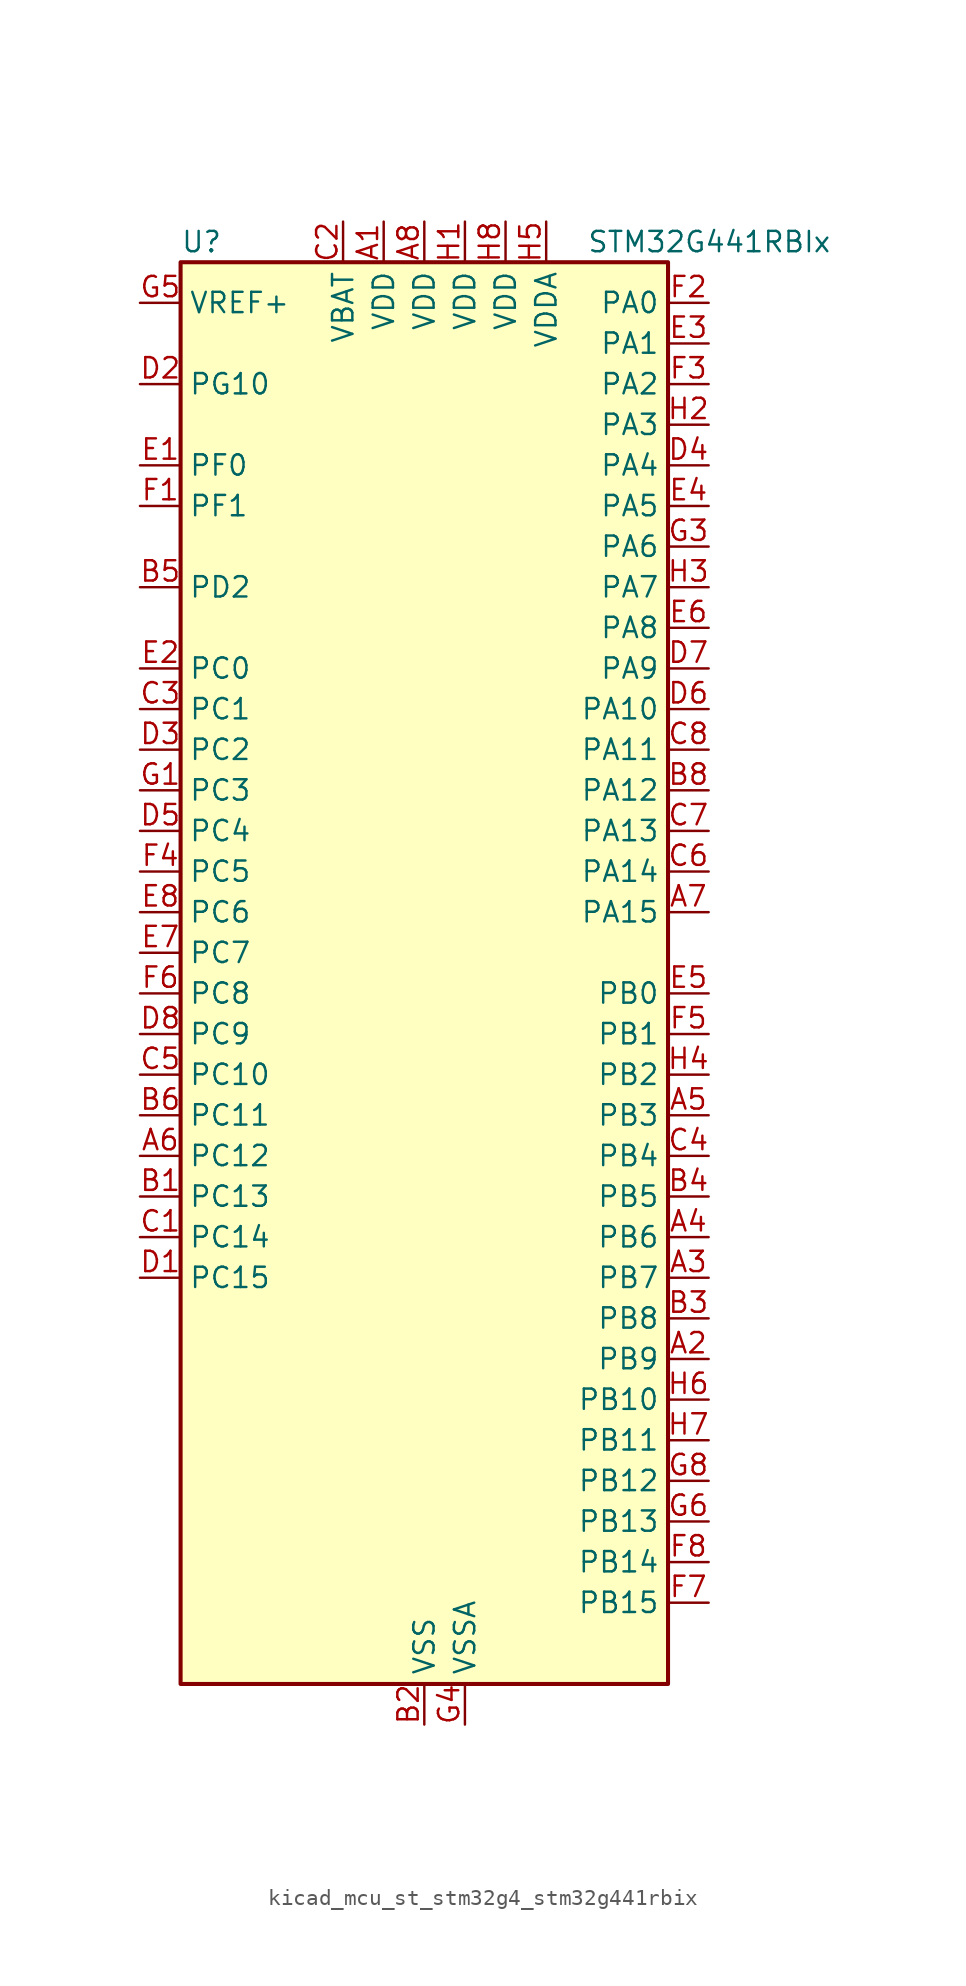
<source format=kicad_sym>
(kicad_symbol_lib
  (version 20220914)
  (generator kicad_symbol_editor)
  (symbol "kicad_mcu_st_stm32g4_stm32g441rbix"
    (property "Reference" "U"
      (at -15.24 46.99 0)
      (effects (font (size 1.27 1.27)) (justify left)))
    (property "Value" "STM32G441RBIx"
      (at 10.16 46.99 0)
      (effects (font (size 1.27 1.27)) (justify left)))
    (property "ki_locked" ""
      (at 0 0 0)
      (effects (font (size 1.27 1.27))))
    (symbol "kicad_mcu_st_stm32g4_stm32g441rbix_0_1"
      (rectangle (start -15.24 -43.18) (end 15.24 45.72) (stroke (width 0.254) (type default)) (fill (type background))))
    (symbol "kicad_mcu_st_stm32g4_stm32g441rbix_1_1"
      (pin power_in line (at -2.54 48.26 270) (length 2.54) (name "VDD" (effects (font (size 1.27 1.27)))) (number "A1" (effects (font (size 1.27 1.27)))))
      (pin bidirectional line (at 17.78 -22.86 180) (length 2.54) (name "PB9" (effects (font (size 1.27 1.27)))) (number "A2" (effects (font (size 1.27 1.27)))) (alternate "COMP2_OUT" bidirectional line) (alternate "DAC1_EXTI9" bidirectional line) (alternate "DAC3_EXTI9" bidirectional line) (alternate "FDCAN1_TX" bidirectional line) (alternate "I2C1_SDA" bidirectional line) (alternate "IR_OUT" bidirectional line) (alternate "SAI1_D2" bidirectional line) (alternate "SAI1_FS_A" bidirectional line) (alternate "TIM17_CH1" bidirectional line) (alternate "TIM1_CH3N" bidirectional line) (alternate "TIM4_CH4" bidirectional line) (alternate "TIM8_CH3" bidirectional line) (alternate "USART3_TX" bidirectional line))
      (pin bidirectional line (at 17.78 -17.78 180) (length 2.54) (name "PB7" (effects (font (size 1.27 1.27)))) (number "A3" (effects (font (size 1.27 1.27)))) (alternate "COMP3_OUT" bidirectional line) (alternate "I2C1_SDA" bidirectional line) (alternate "LPTIM1_IN2" bidirectional line) (alternate "SYS_PVD_IN" bidirectional line) (alternate "TIM17_CH1N" bidirectional line) (alternate "TIM3_CH4" bidirectional line) (alternate "TIM4_CH2" bidirectional line) (alternate "TIM8_BKIN" bidirectional line) (alternate "UART4_CTS" bidirectional line) (alternate "USART1_RX" bidirectional line))
      (pin bidirectional line (at 17.78 -15.24 180) (length 2.54) (name "PB6" (effects (font (size 1.27 1.27)))) (number "A4" (effects (font (size 1.27 1.27)))) (alternate "COMP4_OUT" bidirectional line) (alternate "LPTIM1_ETR" bidirectional line) (alternate "SAI1_FS_B" bidirectional line) (alternate "TIM16_CH1N" bidirectional line) (alternate "TIM4_CH1" bidirectional line) (alternate "TIM8_BKIN2" bidirectional line) (alternate "TIM8_CH1" bidirectional line) (alternate "TIM8_ETR" bidirectional line) (alternate "UCPD1_CC1" bidirectional line) (alternate "USART1_TX" bidirectional line))
      (pin bidirectional line (at 17.78 -7.62 180) (length 2.54) (name "PB3" (effects (font (size 1.27 1.27)))) (number "A5" (effects (font (size 1.27 1.27)))) (alternate "CRS_SYNC" bidirectional line) (alternate "I2S3_CK" bidirectional line) (alternate "SAI1_SCK_B" bidirectional line) (alternate "SPI1_SCK" bidirectional line) (alternate "SPI3_SCK" bidirectional line) (alternate "SYS_JTDO-SWO" bidirectional line) (alternate "TIM2_CH2" bidirectional line) (alternate "TIM3_ETR" bidirectional line) (alternate "TIM4_ETR" bidirectional line) (alternate "TIM8_CH1N" bidirectional line) (alternate "USART2_TX" bidirectional line))
      (pin bidirectional line (at -17.78 -10.16 0) (length 2.54) (name "PC12" (effects (font (size 1.27 1.27)))) (number "A6" (effects (font (size 1.27 1.27)))) (alternate "I2S3_SD" bidirectional line) (alternate "SPI3_MOSI" bidirectional line) (alternate "TIM8_CH3N" bidirectional line) (alternate "UCPD1_FRSTX1" bidirectional line) (alternate "UCPD1_FRSTX2" bidirectional line) (alternate "USART3_CK" bidirectional line))
      (pin bidirectional line (at 17.78 5.08 180) (length 2.54) (name "PA15" (effects (font (size 1.27 1.27)))) (number "A7" (effects (font (size 1.27 1.27)))) (alternate "ADC1_EXTI15" bidirectional line) (alternate "ADC2_EXTI15" bidirectional line) (alternate "I2C1_SCL" bidirectional line) (alternate "I2S3_WS" bidirectional line) (alternate "SPI1_NSS" bidirectional line) (alternate "SPI3_NSS" bidirectional line) (alternate "SYS_JTDI" bidirectional line) (alternate "TIM1_BKIN" bidirectional line) (alternate "TIM2_CH1" bidirectional line) (alternate "TIM2_ETR" bidirectional line) (alternate "TIM8_CH1" bidirectional line) (alternate "UART4_DE" bidirectional line) (alternate "UART4_RTS" bidirectional line) (alternate "USART2_RX" bidirectional line))
      (pin power_in line (at 0 48.26 270) (length 2.54) (name "VDD" (effects (font (size 1.27 1.27)))) (number "A8" (effects (font (size 1.27 1.27)))))
      (pin bidirectional line (at -17.78 -12.7 0) (length 2.54) (name "PC13" (effects (font (size 1.27 1.27)))) (number "B1" (effects (font (size 1.27 1.27)))) (alternate "RTC_OUT1" bidirectional line) (alternate "RTC_TAMP1" bidirectional line) (alternate "RTC_TS" bidirectional line) (alternate "SYS_WKUP2" bidirectional line) (alternate "TIM1_BKIN" bidirectional line) (alternate "TIM1_CH1N" bidirectional line) (alternate "TIM8_CH4N" bidirectional line))
      (pin power_in line (at 0 -45.72 90) (length 2.54) (name "VSS" (effects (font (size 1.27 1.27)))) (number "B2" (effects (font (size 1.27 1.27)))))
      (pin bidirectional line (at 17.78 -20.32 180) (length 2.54) (name "PB8" (effects (font (size 1.27 1.27)))) (number "B3" (effects (font (size 1.27 1.27)))) (alternate "COMP1_OUT" bidirectional line) (alternate "FDCAN1_RX" bidirectional line) (alternate "I2C1_SCL" bidirectional line) (alternate "SAI1_CK1" bidirectional line) (alternate "SAI1_MCLK_A" bidirectional line) (alternate "TIM16_CH1" bidirectional line) (alternate "TIM1_BKIN" bidirectional line) (alternate "TIM4_CH3" bidirectional line) (alternate "TIM8_CH2" bidirectional line) (alternate "USART3_RX" bidirectional line))
      (pin bidirectional line (at 17.78 -12.7 180) (length 2.54) (name "PB5" (effects (font (size 1.27 1.27)))) (number "B4" (effects (font (size 1.27 1.27)))) (alternate "I2C1_SMBA" bidirectional line) (alternate "I2C3_SDA" bidirectional line) (alternate "I2S3_SD" bidirectional line) (alternate "LPTIM1_IN1" bidirectional line) (alternate "SAI1_SD_B" bidirectional line) (alternate "SPI1_MOSI" bidirectional line) (alternate "SPI3_MOSI" bidirectional line) (alternate "TIM16_BKIN" bidirectional line) (alternate "TIM17_CH1" bidirectional line) (alternate "TIM3_CH2" bidirectional line) (alternate "TIM8_CH3N" bidirectional line) (alternate "USART2_CK" bidirectional line))
      (pin bidirectional line (at -17.78 25.4 0) (length 2.54) (name "PD2" (effects (font (size 1.27 1.27)))) (number "B5" (effects (font (size 1.27 1.27)))) (alternate "TIM3_ETR" bidirectional line) (alternate "TIM8_BKIN" bidirectional line))
      (pin bidirectional line (at -17.78 -7.62 0) (length 2.54) (name "PC11" (effects (font (size 1.27 1.27)))) (number "B6" (effects (font (size 1.27 1.27)))) (alternate "ADC1_EXTI11" bidirectional line) (alternate "ADC2_EXTI11" bidirectional line) (alternate "I2C3_SDA" bidirectional line) (alternate "SPI3_MISO" bidirectional line) (alternate "TIM8_CH2N" bidirectional line) (alternate "UART4_RX" bidirectional line) (alternate "USART3_RX" bidirectional line))
      (pin passive line (at 0 -45.72 90) (length 2.54) hide (name "VSS" (effects (font (size 1.27 1.27)))) (number "B7" (effects (font (size 1.27 1.27)))))
      (pin bidirectional line (at 17.78 12.7 180) (length 2.54) (name "PA12" (effects (font (size 1.27 1.27)))) (number "B8" (effects (font (size 1.27 1.27)))) (alternate "COMP2_OUT" bidirectional line) (alternate "FDCAN1_TX" bidirectional line) (alternate "I2S_CKIN" bidirectional line) (alternate "TIM16_CH1" bidirectional line) (alternate "TIM1_CH2N" bidirectional line) (alternate "TIM1_ETR" bidirectional line) (alternate "TIM4_CH2" bidirectional line) (alternate "USART1_DE" bidirectional line) (alternate "USART1_RTS" bidirectional line) (alternate "USB_DP" bidirectional line))
      (pin bidirectional line (at -17.78 -15.24 0) (length 2.54) (name "PC14" (effects (font (size 1.27 1.27)))) (number "C1" (effects (font (size 1.27 1.27)))) (alternate "RCC_OSC32_IN" bidirectional line))
      (pin power_in line (at -5.08 48.26 270) (length 2.54) (name "VBAT" (effects (font (size 1.27 1.27)))) (number "C2" (effects (font (size 1.27 1.27)))))
      (pin bidirectional line (at -17.78 17.78 0) (length 2.54) (name "PC1" (effects (font (size 1.27 1.27)))) (number "C3" (effects (font (size 1.27 1.27)))) (alternate "ADC1_IN7" bidirectional line) (alternate "ADC2_IN7" bidirectional line) (alternate "COMP3_INP" bidirectional line) (alternate "LPTIM1_OUT" bidirectional line) (alternate "LPUART1_TX" bidirectional line) (alternate "SAI1_SD_A" bidirectional line) (alternate "TIM1_CH2" bidirectional line))
      (pin bidirectional line (at 17.78 -10.16 180) (length 2.54) (name "PB4" (effects (font (size 1.27 1.27)))) (number "C4" (effects (font (size 1.27 1.27)))) (alternate "SAI1_MCLK_B" bidirectional line) (alternate "SPI1_MISO" bidirectional line) (alternate "SPI3_MISO" bidirectional line) (alternate "SYS_JTRST" bidirectional line) (alternate "TIM16_CH1" bidirectional line) (alternate "TIM17_BKIN" bidirectional line) (alternate "TIM3_CH1" bidirectional line) (alternate "TIM8_CH2N" bidirectional line) (alternate "UCPD1_CC2" bidirectional line) (alternate "USART2_RX" bidirectional line))
      (pin bidirectional line (at -17.78 -5.08 0) (length 2.54) (name "PC10" (effects (font (size 1.27 1.27)))) (number "C5" (effects (font (size 1.27 1.27)))) (alternate "DAC1_EXTI10" bidirectional line) (alternate "DAC3_EXTI10" bidirectional line) (alternate "I2S3_CK" bidirectional line) (alternate "SPI3_SCK" bidirectional line) (alternate "TIM8_CH1N" bidirectional line) (alternate "UART4_TX" bidirectional line) (alternate "USART3_TX" bidirectional line))
      (pin bidirectional line (at 17.78 7.62 180) (length 2.54) (name "PA14" (effects (font (size 1.27 1.27)))) (number "C6" (effects (font (size 1.27 1.27)))) (alternate "I2C1_SDA" bidirectional line) (alternate "LPTIM1_OUT" bidirectional line) (alternate "SAI1_FS_B" bidirectional line) (alternate "SYS_JTCK-SWCLK" bidirectional line) (alternate "TIM1_BKIN" bidirectional line) (alternate "TIM8_CH2" bidirectional line) (alternate "USART2_TX" bidirectional line))
      (pin bidirectional line (at 17.78 10.16 180) (length 2.54) (name "PA13" (effects (font (size 1.27 1.27)))) (number "C7" (effects (font (size 1.27 1.27)))) (alternate "I2C1_SCL" bidirectional line) (alternate "IR_OUT" bidirectional line) (alternate "SAI1_SD_B" bidirectional line) (alternate "SYS_JTMS-SWDIO" bidirectional line) (alternate "TIM16_CH1N" bidirectional line) (alternate "TIM4_CH3" bidirectional line) (alternate "USART3_CTS" bidirectional line) (alternate "USART3_NSS" bidirectional line))
      (pin bidirectional line (at 17.78 15.24 180) (length 2.54) (name "PA11" (effects (font (size 1.27 1.27)))) (number "C8" (effects (font (size 1.27 1.27)))) (alternate "ADC1_EXTI11" bidirectional line) (alternate "ADC2_EXTI11" bidirectional line) (alternate "COMP1_OUT" bidirectional line) (alternate "FDCAN1_RX" bidirectional line) (alternate "I2S2_SD" bidirectional line) (alternate "SPI2_MOSI" bidirectional line) (alternate "TIM1_BKIN2" bidirectional line) (alternate "TIM1_CH1N" bidirectional line) (alternate "TIM1_CH4" bidirectional line) (alternate "TIM4_CH1" bidirectional line) (alternate "USART1_CTS" bidirectional line) (alternate "USART1_NSS" bidirectional line) (alternate "USB_DM" bidirectional line))
      (pin bidirectional line (at -17.78 -17.78 0) (length 2.54) (name "PC15" (effects (font (size 1.27 1.27)))) (number "D1" (effects (font (size 1.27 1.27)))) (alternate "ADC1_EXTI15" bidirectional line) (alternate "ADC2_EXTI15" bidirectional line) (alternate "RCC_OSC32_OUT" bidirectional line))
      (pin bidirectional line (at -17.78 38.1 0) (length 2.54) (name "PG10" (effects (font (size 1.27 1.27)))) (number "D2" (effects (font (size 1.27 1.27)))) (alternate "DAC1_EXTI10" bidirectional line) (alternate "DAC3_EXTI10" bidirectional line) (alternate "RCC_MCO" bidirectional line))
      (pin bidirectional line (at -17.78 15.24 0) (length 2.54) (name "PC2" (effects (font (size 1.27 1.27)))) (number "D3" (effects (font (size 1.27 1.27)))) (alternate "ADC1_IN8" bidirectional line) (alternate "ADC2_IN8" bidirectional line) (alternate "COMP3_OUT" bidirectional line) (alternate "LPTIM1_IN2" bidirectional line) (alternate "TIM1_CH3" bidirectional line))
      (pin bidirectional line (at 17.78 33.02 180) (length 2.54) (name "PA4" (effects (font (size 1.27 1.27)))) (number "D4" (effects (font (size 1.27 1.27)))) (alternate "ADC2_IN17" bidirectional line) (alternate "COMP1_INM" bidirectional line) (alternate "DAC1_OUT1" bidirectional line) (alternate "I2S3_WS" bidirectional line) (alternate "SAI1_FS_B" bidirectional line) (alternate "SPI1_NSS" bidirectional line) (alternate "SPI3_NSS" bidirectional line) (alternate "TIM3_CH2" bidirectional line) (alternate "USART2_CK" bidirectional line))
      (pin bidirectional line (at -17.78 10.16 0) (length 2.54) (name "PC4" (effects (font (size 1.27 1.27)))) (number "D5" (effects (font (size 1.27 1.27)))) (alternate "ADC2_IN5" bidirectional line) (alternate "I2C2_SCL" bidirectional line) (alternate "TIM1_ETR" bidirectional line) (alternate "USART1_TX" bidirectional line))
      (pin bidirectional line (at 17.78 17.78 180) (length 2.54) (name "PA10" (effects (font (size 1.27 1.27)))) (number "D6" (effects (font (size 1.27 1.27)))) (alternate "CRS_SYNC" bidirectional line) (alternate "DAC1_EXTI10" bidirectional line) (alternate "DAC3_EXTI10" bidirectional line) (alternate "I2C2_SMBA" bidirectional line) (alternate "SAI1_D1" bidirectional line) (alternate "SAI1_SD_A" bidirectional line) (alternate "SPI2_MISO" bidirectional line) (alternate "TIM17_BKIN" bidirectional line) (alternate "TIM1_CH3" bidirectional line) (alternate "TIM2_CH4" bidirectional line) (alternate "TIM8_BKIN" bidirectional line) (alternate "UCPD1_DBCC2" bidirectional line) (alternate "USART1_RX" bidirectional line))
      (pin bidirectional line (at 17.78 20.32 180) (length 2.54) (name "PA9" (effects (font (size 1.27 1.27)))) (number "D7" (effects (font (size 1.27 1.27)))) (alternate "DAC1_EXTI9" bidirectional line) (alternate "DAC3_EXTI9" bidirectional line) (alternate "I2C2_SCL" bidirectional line) (alternate "I2C3_SMBA" bidirectional line) (alternate "I2S3_MCK" bidirectional line) (alternate "SAI1_FS_A" bidirectional line) (alternate "TIM15_BKIN" bidirectional line) (alternate "TIM1_CH2" bidirectional line) (alternate "TIM2_CH3" bidirectional line) (alternate "UCPD1_DBCC1" bidirectional line) (alternate "USART1_TX" bidirectional line))
      (pin bidirectional line (at -17.78 -2.54 0) (length 2.54) (name "PC9" (effects (font (size 1.27 1.27)))) (number "D8" (effects (font (size 1.27 1.27)))) (alternate "DAC1_EXTI9" bidirectional line) (alternate "DAC3_EXTI9" bidirectional line) (alternate "I2C3_SDA" bidirectional line) (alternate "I2S_CKIN" bidirectional line) (alternate "TIM3_CH4" bidirectional line) (alternate "TIM8_BKIN2" bidirectional line) (alternate "TIM8_CH4" bidirectional line))
      (pin bidirectional line (at -17.78 33.02 0) (length 2.54) (name "PF0" (effects (font (size 1.27 1.27)))) (number "E1" (effects (font (size 1.27 1.27)))) (alternate "ADC1_IN10" bidirectional line) (alternate "I2C2_SDA" bidirectional line) (alternate "I2S2_WS" bidirectional line) (alternate "RCC_OSC_IN" bidirectional line) (alternate "SPI2_NSS" bidirectional line) (alternate "TIM1_CH3N" bidirectional line))
      (pin bidirectional line (at -17.78 20.32 0) (length 2.54) (name "PC0" (effects (font (size 1.27 1.27)))) (number "E2" (effects (font (size 1.27 1.27)))) (alternate "ADC1_IN6" bidirectional line) (alternate "ADC2_IN6" bidirectional line) (alternate "COMP3_INM" bidirectional line) (alternate "LPTIM1_IN1" bidirectional line) (alternate "LPUART1_RX" bidirectional line) (alternate "TIM1_CH1" bidirectional line))
      (pin bidirectional line (at 17.78 40.64 180) (length 2.54) (name "PA1" (effects (font (size 1.27 1.27)))) (number "E3" (effects (font (size 1.27 1.27)))) (alternate "ADC1_IN2" bidirectional line) (alternate "ADC2_IN2" bidirectional line) (alternate "COMP1_INP" bidirectional line) (alternate "OPAMP1_VINP" bidirectional line) (alternate "OPAMP1_VINP_SEC" bidirectional line) (alternate "OPAMP3_VINP" bidirectional line) (alternate "OPAMP3_VINP_SEC" bidirectional line) (alternate "RTC_REFIN" bidirectional line) (alternate "TIM15_CH1N" bidirectional line) (alternate "TIM2_CH2" bidirectional line) (alternate "USART2_DE" bidirectional line) (alternate "USART2_RTS" bidirectional line))
      (pin bidirectional line (at 17.78 30.48 180) (length 2.54) (name "PA5" (effects (font (size 1.27 1.27)))) (number "E4" (effects (font (size 1.27 1.27)))) (alternate "ADC2_IN13" bidirectional line) (alternate "COMP2_INM" bidirectional line) (alternate "DAC1_OUT2" bidirectional line) (alternate "OPAMP2_VINM" bidirectional line) (alternate "OPAMP2_VINM0" bidirectional line) (alternate "OPAMP2_VINM_SEC" bidirectional line) (alternate "SPI1_SCK" bidirectional line) (alternate "TIM2_CH1" bidirectional line) (alternate "TIM2_ETR" bidirectional line) (alternate "UCPD1_FRSTX1" bidirectional line) (alternate "UCPD1_FRSTX2" bidirectional line))
      (pin bidirectional line (at 17.78 0 180) (length 2.54) (name "PB0" (effects (font (size 1.27 1.27)))) (number "E5" (effects (font (size 1.27 1.27)))) (alternate "ADC1_IN15" bidirectional line) (alternate "COMP4_INP" bidirectional line) (alternate "OPAMP2_VINP" bidirectional line) (alternate "OPAMP2_VINP_SEC" bidirectional line) (alternate "OPAMP3_VINP" bidirectional line) (alternate "OPAMP3_VINP_SEC" bidirectional line) (alternate "TIM1_CH2N" bidirectional line) (alternate "TIM3_CH3" bidirectional line) (alternate "TIM8_CH2N" bidirectional line) (alternate "UCPD1_FRSTX1" bidirectional line) (alternate "UCPD1_FRSTX2" bidirectional line))
      (pin bidirectional line (at 17.78 22.86 180) (length 2.54) (name "PA8" (effects (font (size 1.27 1.27)))) (number "E6" (effects (font (size 1.27 1.27)))) (alternate "I2C2_SDA" bidirectional line) (alternate "I2C3_SCL" bidirectional line) (alternate "I2S2_MCK" bidirectional line) (alternate "RCC_MCO" bidirectional line) (alternate "SAI1_CK2" bidirectional line) (alternate "SAI1_SCK_A" bidirectional line) (alternate "TIM1_CH1" bidirectional line) (alternate "TIM4_ETR" bidirectional line) (alternate "USART1_CK" bidirectional line))
      (pin bidirectional line (at -17.78 2.54 0) (length 2.54) (name "PC7" (effects (font (size 1.27 1.27)))) (number "E7" (effects (font (size 1.27 1.27)))) (alternate "I2S3_MCK" bidirectional line) (alternate "TIM3_CH2" bidirectional line) (alternate "TIM8_CH2" bidirectional line))
      (pin bidirectional line (at -17.78 5.08 0) (length 2.54) (name "PC6" (effects (font (size 1.27 1.27)))) (number "E8" (effects (font (size 1.27 1.27)))) (alternate "I2S2_MCK" bidirectional line) (alternate "TIM3_CH1" bidirectional line) (alternate "TIM8_CH1" bidirectional line))
      (pin bidirectional line (at -17.78 30.48 0) (length 2.54) (name "PF1" (effects (font (size 1.27 1.27)))) (number "F1" (effects (font (size 1.27 1.27)))) (alternate "ADC2_IN10" bidirectional line) (alternate "COMP3_INM" bidirectional line) (alternate "I2S2_CK" bidirectional line) (alternate "RCC_OSC_OUT" bidirectional line) (alternate "SPI2_SCK" bidirectional line))
      (pin bidirectional line (at 17.78 43.18 180) (length 2.54) (name "PA0" (effects (font (size 1.27 1.27)))) (number "F2" (effects (font (size 1.27 1.27)))) (alternate "ADC1_IN1" bidirectional line) (alternate "ADC2_IN1" bidirectional line) (alternate "COMP1_INM" bidirectional line) (alternate "COMP1_OUT" bidirectional line) (alternate "COMP3_INP" bidirectional line) (alternate "RTC_TAMP2" bidirectional line) (alternate "SYS_WKUP1" bidirectional line) (alternate "TIM2_CH1" bidirectional line) (alternate "TIM2_ETR" bidirectional line) (alternate "TIM8_BKIN" bidirectional line) (alternate "TIM8_ETR" bidirectional line) (alternate "USART2_CTS" bidirectional line) (alternate "USART2_NSS" bidirectional line))
      (pin bidirectional line (at 17.78 38.1 180) (length 2.54) (name "PA2" (effects (font (size 1.27 1.27)))) (number "F3" (effects (font (size 1.27 1.27)))) (alternate "ADC1_IN3" bidirectional line) (alternate "COMP2_INM" bidirectional line) (alternate "COMP2_OUT" bidirectional line) (alternate "LPUART1_TX" bidirectional line) (alternate "OPAMP1_VOUT" bidirectional line) (alternate "RCC_LSCO" bidirectional line) (alternate "SYS_WKUP4" bidirectional line) (alternate "TIM15_CH1" bidirectional line) (alternate "TIM2_CH3" bidirectional line) (alternate "UCPD1_FRSTX1" bidirectional line) (alternate "UCPD1_FRSTX2" bidirectional line) (alternate "USART2_TX" bidirectional line))
      (pin bidirectional line (at -17.78 7.62 0) (length 2.54) (name "PC5" (effects (font (size 1.27 1.27)))) (number "F4" (effects (font (size 1.27 1.27)))) (alternate "ADC2_IN11" bidirectional line) (alternate "OPAMP1_VINM" bidirectional line) (alternate "OPAMP1_VINM1" bidirectional line) (alternate "OPAMP1_VINM_SEC" bidirectional line) (alternate "OPAMP2_VINM" bidirectional line) (alternate "OPAMP2_VINM1" bidirectional line) (alternate "OPAMP2_VINM_SEC" bidirectional line) (alternate "SAI1_D3" bidirectional line) (alternate "SYS_WKUP5" bidirectional line) (alternate "TIM15_BKIN" bidirectional line) (alternate "TIM1_CH4N" bidirectional line) (alternate "USART1_RX" bidirectional line))
      (pin bidirectional line (at 17.78 -2.54 180) (length 2.54) (name "PB1" (effects (font (size 1.27 1.27)))) (number "F5" (effects (font (size 1.27 1.27)))) (alternate "ADC1_IN12" bidirectional line) (alternate "COMP1_INP" bidirectional line) (alternate "COMP4_OUT" bidirectional line) (alternate "LPUART1_DE" bidirectional line) (alternate "LPUART1_RTS" bidirectional line) (alternate "OPAMP3_VOUT" bidirectional line) (alternate "TIM1_CH3N" bidirectional line) (alternate "TIM3_CH4" bidirectional line) (alternate "TIM8_CH3N" bidirectional line))
      (pin bidirectional line (at -17.78 0 0) (length 2.54) (name "PC8" (effects (font (size 1.27 1.27)))) (number "F6" (effects (font (size 1.27 1.27)))) (alternate "I2C3_SCL" bidirectional line) (alternate "TIM3_CH3" bidirectional line) (alternate "TIM8_CH3" bidirectional line))
      (pin bidirectional line (at 17.78 -38.1 180) (length 2.54) (name "PB15" (effects (font (size 1.27 1.27)))) (number "F7" (effects (font (size 1.27 1.27)))) (alternate "ADC1_EXTI15" bidirectional line) (alternate "ADC2_EXTI15" bidirectional line) (alternate "ADC2_IN15" bidirectional line) (alternate "COMP3_OUT" bidirectional line) (alternate "I2S2_SD" bidirectional line) (alternate "RTC_REFIN" bidirectional line) (alternate "SPI2_MOSI" bidirectional line) (alternate "TIM15_CH1N" bidirectional line) (alternate "TIM15_CH2" bidirectional line) (alternate "TIM1_CH3N" bidirectional line))
      (pin bidirectional line (at 17.78 -35.56 180) (length 2.54) (name "PB14" (effects (font (size 1.27 1.27)))) (number "F8" (effects (font (size 1.27 1.27)))) (alternate "ADC1_IN5" bidirectional line) (alternate "COMP4_OUT" bidirectional line) (alternate "OPAMP2_VINP" bidirectional line) (alternate "OPAMP2_VINP_SEC" bidirectional line) (alternate "SPI2_MISO" bidirectional line) (alternate "TIM15_CH1" bidirectional line) (alternate "TIM1_CH2N" bidirectional line) (alternate "USART3_DE" bidirectional line) (alternate "USART3_RTS" bidirectional line))
      (pin bidirectional line (at -17.78 12.7 0) (length 2.54) (name "PC3" (effects (font (size 1.27 1.27)))) (number "G1" (effects (font (size 1.27 1.27)))) (alternate "ADC1_IN9" bidirectional line) (alternate "ADC2_IN9" bidirectional line) (alternate "LPTIM1_ETR" bidirectional line) (alternate "SAI1_D1" bidirectional line) (alternate "SAI1_SD_A" bidirectional line) (alternate "TIM1_BKIN2" bidirectional line) (alternate "TIM1_CH4" bidirectional line))
      (pin passive line (at 0 -45.72 90) (length 2.54) hide (name "VSS" (effects (font (size 1.27 1.27)))) (number "G2" (effects (font (size 1.27 1.27)))))
      (pin bidirectional line (at 17.78 27.94 180) (length 2.54) (name "PA6" (effects (font (size 1.27 1.27)))) (number "G3" (effects (font (size 1.27 1.27)))) (alternate "ADC2_IN3" bidirectional line) (alternate "COMP1_OUT" bidirectional line) (alternate "LPUART1_CTS" bidirectional line) (alternate "OPAMP2_VOUT" bidirectional line) (alternate "SPI1_MISO" bidirectional line) (alternate "TIM16_CH1" bidirectional line) (alternate "TIM1_BKIN" bidirectional line) (alternate "TIM3_CH1" bidirectional line) (alternate "TIM8_BKIN" bidirectional line))
      (pin power_in line (at 2.54 -45.72 90) (length 2.54) (name "VSSA" (effects (font (size 1.27 1.27)))) (number "G4" (effects (font (size 1.27 1.27)))))
      (pin input line (at -17.78 43.18 0) (length 2.54) (name "VREF+" (effects (font (size 1.27 1.27)))) (number "G5" (effects (font (size 1.27 1.27)))) (alternate "VREFBUF_OUT" bidirectional line))
      (pin bidirectional line (at 17.78 -33.02 180) (length 2.54) (name "PB13" (effects (font (size 1.27 1.27)))) (number "G6" (effects (font (size 1.27 1.27)))) (alternate "I2S2_CK" bidirectional line) (alternate "LPUART1_CTS" bidirectional line) (alternate "OPAMP3_VINP" bidirectional line) (alternate "OPAMP3_VINP_SEC" bidirectional line) (alternate "SPI2_SCK" bidirectional line) (alternate "TIM1_CH1N" bidirectional line) (alternate "USART3_CTS" bidirectional line) (alternate "USART3_NSS" bidirectional line))
      (pin passive line (at 0 -45.72 90) (length 2.54) hide (name "VSS" (effects (font (size 1.27 1.27)))) (number "G7" (effects (font (size 1.27 1.27)))))
      (pin bidirectional line (at 17.78 -30.48 180) (length 2.54) (name "PB12" (effects (font (size 1.27 1.27)))) (number "G8" (effects (font (size 1.27 1.27)))) (alternate "ADC1_IN11" bidirectional line) (alternate "I2C2_SMBA" bidirectional line) (alternate "I2S2_WS" bidirectional line) (alternate "LPUART1_DE" bidirectional line) (alternate "LPUART1_RTS" bidirectional line) (alternate "SPI2_NSS" bidirectional line) (alternate "TIM1_BKIN" bidirectional line) (alternate "USART3_CK" bidirectional line))
      (pin power_in line (at 2.54 48.26 270) (length 2.54) (name "VDD" (effects (font (size 1.27 1.27)))) (number "H1" (effects (font (size 1.27 1.27)))))
      (pin bidirectional line (at 17.78 35.56 180) (length 2.54) (name "PA3" (effects (font (size 1.27 1.27)))) (number "H2" (effects (font (size 1.27 1.27)))) (alternate "ADC1_IN4" bidirectional line) (alternate "COMP2_INP" bidirectional line) (alternate "LPUART1_RX" bidirectional line) (alternate "OPAMP1_VINM" bidirectional line) (alternate "OPAMP1_VINM0" bidirectional line) (alternate "OPAMP1_VINM_SEC" bidirectional line) (alternate "OPAMP1_VINP" bidirectional line) (alternate "OPAMP1_VINP_SEC" bidirectional line) (alternate "SAI1_CK1" bidirectional line) (alternate "SAI1_MCLK_A" bidirectional line) (alternate "TIM15_CH2" bidirectional line) (alternate "TIM2_CH4" bidirectional line) (alternate "USART2_RX" bidirectional line))
      (pin bidirectional line (at 17.78 25.4 180) (length 2.54) (name "PA7" (effects (font (size 1.27 1.27)))) (number "H3" (effects (font (size 1.27 1.27)))) (alternate "ADC2_IN4" bidirectional line) (alternate "COMP2_INP" bidirectional line) (alternate "COMP2_OUT" bidirectional line) (alternate "OPAMP1_VINP" bidirectional line) (alternate "OPAMP1_VINP_SEC" bidirectional line) (alternate "OPAMP2_VINP" bidirectional line) (alternate "OPAMP2_VINP_SEC" bidirectional line) (alternate "SPI1_MOSI" bidirectional line) (alternate "TIM17_CH1" bidirectional line) (alternate "TIM1_CH1N" bidirectional line) (alternate "TIM3_CH2" bidirectional line) (alternate "TIM8_CH1N" bidirectional line) (alternate "UCPD1_FRSTX1" bidirectional line) (alternate "UCPD1_FRSTX2" bidirectional line))
      (pin bidirectional line (at 17.78 -5.08 180) (length 2.54) (name "PB2" (effects (font (size 1.27 1.27)))) (number "H4" (effects (font (size 1.27 1.27)))) (alternate "ADC2_IN12" bidirectional line) (alternate "COMP4_INM" bidirectional line) (alternate "I2C3_SMBA" bidirectional line) (alternate "LPTIM1_OUT" bidirectional line) (alternate "OPAMP3_VINM" bidirectional line) (alternate "OPAMP3_VINM0" bidirectional line) (alternate "OPAMP3_VINM_SEC" bidirectional line) (alternate "RTC_OUT2" bidirectional line))
      (pin power_in line (at 7.62 48.26 270) (length 2.54) (name "VDDA" (effects (font (size 1.27 1.27)))) (number "H5" (effects (font (size 1.27 1.27)))))
      (pin bidirectional line (at 17.78 -25.4 180) (length 2.54) (name "PB10" (effects (font (size 1.27 1.27)))) (number "H6" (effects (font (size 1.27 1.27)))) (alternate "DAC1_EXTI10" bidirectional line) (alternate "DAC3_EXTI10" bidirectional line) (alternate "LPUART1_RX" bidirectional line) (alternate "OPAMP3_VINM" bidirectional line) (alternate "OPAMP3_VINM1" bidirectional line) (alternate "OPAMP3_VINM_SEC" bidirectional line) (alternate "SAI1_SCK_A" bidirectional line) (alternate "TIM1_BKIN" bidirectional line) (alternate "TIM2_CH3" bidirectional line) (alternate "USART3_TX" bidirectional line))
      (pin bidirectional line (at 17.78 -27.94 180) (length 2.54) (name "PB11" (effects (font (size 1.27 1.27)))) (number "H7" (effects (font (size 1.27 1.27)))) (alternate "ADC1_EXTI11" bidirectional line) (alternate "ADC1_IN14" bidirectional line) (alternate "ADC2_EXTI11" bidirectional line) (alternate "ADC2_IN14" bidirectional line) (alternate "LPUART1_TX" bidirectional line) (alternate "TIM2_CH4" bidirectional line) (alternate "USART3_RX" bidirectional line))
      (pin power_in line (at 5.08 48.26 270) (length 2.54) (name "VDD" (effects (font (size 1.27 1.27)))) (number "H8" (effects (font (size 1.27 1.27))))))))
</source>
